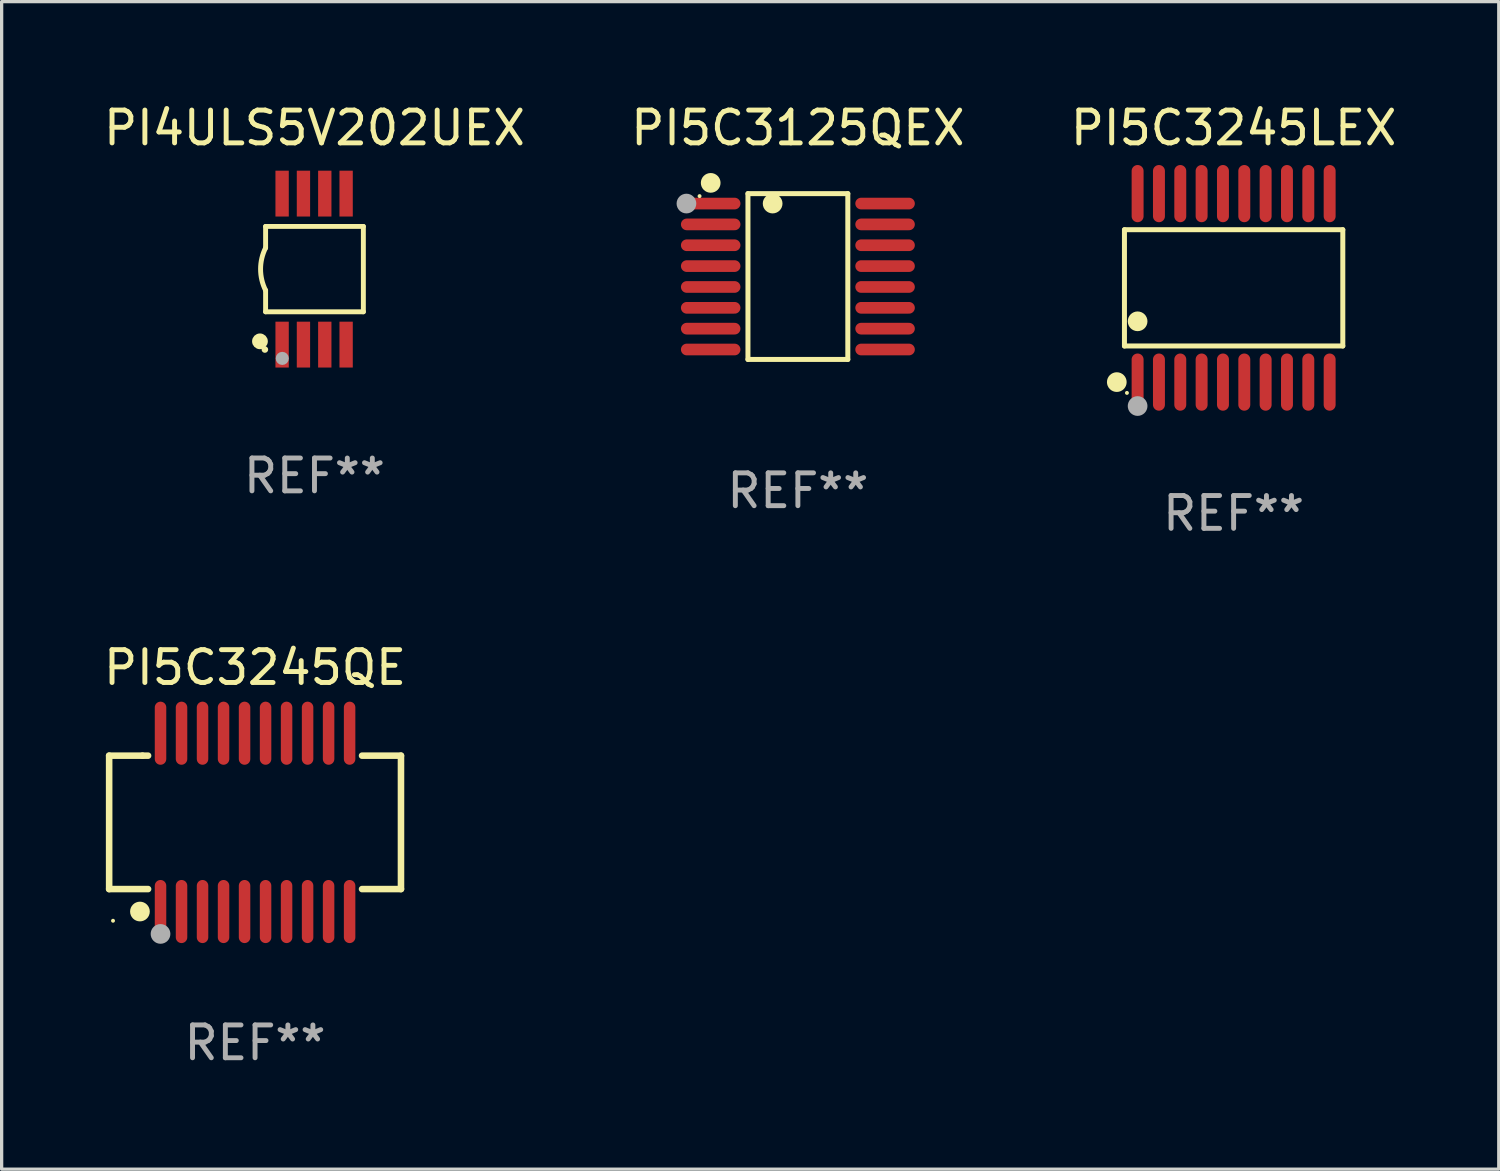
<source format=kicad_pcb>
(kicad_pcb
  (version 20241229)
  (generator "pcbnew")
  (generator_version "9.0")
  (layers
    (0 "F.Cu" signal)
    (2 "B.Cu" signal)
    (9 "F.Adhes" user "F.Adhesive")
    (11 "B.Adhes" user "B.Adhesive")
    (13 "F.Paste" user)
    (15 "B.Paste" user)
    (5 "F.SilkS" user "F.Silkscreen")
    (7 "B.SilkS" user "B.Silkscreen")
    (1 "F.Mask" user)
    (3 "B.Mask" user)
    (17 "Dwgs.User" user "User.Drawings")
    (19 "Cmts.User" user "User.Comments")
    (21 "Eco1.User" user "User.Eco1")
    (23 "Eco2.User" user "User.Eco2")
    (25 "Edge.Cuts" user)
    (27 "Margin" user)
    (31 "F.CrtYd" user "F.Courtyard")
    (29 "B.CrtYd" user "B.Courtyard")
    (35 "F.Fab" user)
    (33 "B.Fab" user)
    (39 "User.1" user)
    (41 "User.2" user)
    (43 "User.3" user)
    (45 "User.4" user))
  (footprint "PI5C3125QEX"
    (layer "F.Cu")
    (at 21.256 5.374)
    (property "Reference" "PI5C3125QEX" (at 0 -4.526 0) (layer "F.SilkS") (effects (font (size 1 1) (thickness 0.15))))
    (attr through_hole)
    (fp_line (start -1.521 -2.526) (end 1.521 -2.526) (stroke (width 0.152) (type solid)) (layer "F.SilkS"))
    (fp_line (start -1.521 2.526) (end -1.521 -2.526) (stroke (width 0.152) (type solid)) (layer "F.SilkS"))
    (fp_line (start 1.521 -2.526) (end 1.521 2.526) (stroke (width 0.152) (type solid)) (layer "F.SilkS"))
    (fp_line (start 1.521 2.526) (end -1.521 2.526) (stroke (width 0.152) (type solid)) (layer "F.SilkS"))
    (fp_circle (center -2.995 -2.45) (end -2.965 -2.45) (stroke (width 0.06) (type solid)) (fill no) (layer "F.SilkS"))
    (fp_circle (center -2.656 -2.853) (end -2.506 -2.853) (stroke (width 0.3) (type solid)) (fill no) (layer "F.SilkS"))
    (fp_circle (center -0.769 -2.223) (end -0.619 -2.223) (stroke (width 0.3) (type solid)) (fill no) (layer "F.SilkS"))
    (fp_circle (center -3.395 -2.223) (end -3.245 -2.223) (stroke (width 0.3) (type solid)) (fill no) (layer "F.Fab"))
    (fp_text user "REF**" (at 0 6.526 0) (layer "F.Fab") (effects (font (size 1 1) (thickness 0.15))))
    (pad "1" smd oval (at -2.656 -2.223 270) (size 0.356 1.813) (layers "F.Cu" "F.Mask" "F.Paste"))
    (pad "2" smd oval (at -2.656 -1.588 270) (size 0.356 1.813) (layers "F.Cu" "F.Mask" "F.Paste"))
    (pad "3" smd oval (at -2.656 -0.953 270) (size 0.356 1.813) (layers "F.Cu" "F.Mask" "F.Paste"))
    (pad "4" smd oval (at -2.656 -0.318 270) (size 0.356 1.813) (layers "F.Cu" "F.Mask" "F.Paste"))
    (pad "5" smd oval (at -2.656 0.318 270) (size 0.356 1.813) (layers "F.Cu" "F.Mask" "F.Paste"))
    (pad "6" smd oval (at -2.656 0.953 270) (size 0.356 1.813) (layers "F.Cu" "F.Mask" "F.Paste"))
    (pad "7" smd oval (at -2.656 1.588 270) (size 0.356 1.813) (layers "F.Cu" "F.Mask" "F.Paste"))
    (pad "8" smd oval (at -2.656 2.223 270) (size 0.356 1.813) (layers "F.Cu" "F.Mask" "F.Paste"))
    (pad "9" smd oval (at 2.656 2.223 270) (size 0.356 1.813) (layers "F.Cu" "F.Mask" "F.Paste"))
    (pad "10" smd oval (at 2.656 1.588 270) (size 0.356 1.813) (layers "F.Cu" "F.Mask" "F.Paste"))
    (pad "11" smd oval (at 2.656 0.953 270) (size 0.356 1.813) (layers "F.Cu" "F.Mask" "F.Paste"))
    (pad "12" smd oval (at 2.656 0.318 270) (size 0.356 1.813) (layers "F.Cu" "F.Mask" "F.Paste"))
    (pad "13" smd oval (at 2.656 -0.318 270) (size 0.356 1.813) (layers "F.Cu" "F.Mask" "F.Paste"))
    (pad "14" smd oval (at 2.656 -0.953 270) (size 0.356 1.813) (layers "F.Cu" "F.Mask" "F.Paste"))
    (pad "15" smd oval (at 2.656 -1.588 270) (size 0.356 1.813) (layers "F.Cu" "F.Mask" "F.Paste"))
    (pad "16" smd oval (at 2.656 -2.223 270) (size 0.356 1.813) (layers "F.Cu" "F.Mask" "F.Paste")))
  (footprint "PI4ULS5V202UEX"
    (layer "F.Cu")
    (at 6.53 5.148)
    (property "Reference" "PI4ULS5V202UEX" (at 0 -4.3 0) (layer "F.SilkS") (effects (font (size 1 1) (thickness 0.15))))
    (attr through_hole)
    (fp_line (start -1.489 -1.3) (end -1.489 -0.648) (stroke (width 0.15) (type solid)) (layer "F.SilkS"))
    (fp_line (start -1.489 0.648) (end -1.489 1.3) (stroke (width 0.15) (type solid)) (layer "F.SilkS"))
    (fp_line (start -1.489 1.3) (end 1.489 1.3) (stroke (width 0.15) (type solid)) (layer "F.SilkS"))
    (fp_line (start 1.489 -1.3) (end -1.489 -1.3) (stroke (width 0.15) (type solid)) (layer "F.SilkS"))
    (fp_line (start 1.489 1.3) (end 1.489 -1.3) (stroke (width 0.15) (type solid)) (layer "F.SilkS"))
    (fp_arc (start -1.489205 0.647702) (mid -1.642107 0) (end -1.489205 -0.647701) (stroke (width 0.150013) (type solid)) (layer "F.SilkS"))
    (fp_circle (center -1.661 2.2) (end -1.541 2.2) (stroke (width 0.24) (type solid)) (fill no) (layer "F.SilkS"))
    (fp_circle (center -1.511 2.45) (end -1.461 2.45) (stroke (width 0.1) (type solid)) (fill no) (layer "F.SilkS"))
    (fp_circle (center -0.981 2.72) (end -0.881 2.72) (stroke (width 0.2) (type solid)) (fill no) (layer "F.Fab"))
    (fp_text user "REF**" (at 0 6.3 0) (layer "F.Fab") (effects (font (size 1 1) (thickness 0.15))))
    (pad "1" smd rect (at -0.986 2.3) (size 0.406 1.397) (layers "F.Cu" "F.Mask" "F.Paste"))
    (pad "2" smd rect (at -0.336 2.3) (size 0.406 1.397) (layers "F.Cu" "F.Mask" "F.Paste"))
    (pad "3" smd rect (at 0.314 2.3) (size 0.406 1.397) (layers "F.Cu" "F.Mask" "F.Paste"))
    (pad "4" smd rect (at 0.964 2.3) (size 0.406 1.397) (layers "F.Cu" "F.Mask" "F.Paste"))
    (pad "5" smd rect (at 0.964 -2.3) (size 0.406 1.397) (layers "F.Cu" "F.Mask" "F.Paste"))
    (pad "6" smd rect (at 0.314 -2.3) (size 0.406 1.397) (layers "F.Cu" "F.Mask" "F.Paste"))
    (pad "7" smd rect (at -0.336 -2.3) (size 0.406 1.397) (layers "F.Cu" "F.Mask" "F.Paste"))
    (pad "8" smd rect (at -0.986 -2.3) (size 0.406 1.397) (layers "F.Cu" "F.Mask" "F.Paste")))
  (footprint "PI5C3245QE"
    (layer "F.Cu")
    (at 4.72 22.002)
    (property "Reference" "PI5C3245QE" (at 0 -4.716 0) (layer "F.SilkS") (effects (font (size 1 1) (thickness 0.15))))
    (attr through_hole)
    (fp_line (start -4.445 -2.032) (end -4.445 2.032) (stroke (width 0.2) (type solid)) (layer "F.SilkS"))
    (fp_line (start -4.445 2.032) (end -3.259 2.032) (stroke (width 0.2) (type solid)) (layer "F.SilkS"))
    (fp_line (start -3.429 -2.032) (end -4.445 -2.032) (stroke (width 0.2) (type solid)) (layer "F.SilkS"))
    (fp_line (start -3.259 -2.032) (end -3.429 -2.032) (stroke (width 0.2) (type solid)) (layer "F.SilkS"))
    (fp_line (start 3.259 2.032) (end 4.445 2.032) (stroke (width 0.2) (type solid)) (layer "F.SilkS"))
    (fp_line (start 4.445 -2.032) (end 3.259 -2.032) (stroke (width 0.2) (type solid)) (layer "F.SilkS"))
    (fp_line (start 4.445 2.032) (end 4.445 -2.032) (stroke (width 0.2) (type solid)) (layer "F.SilkS"))
    (fp_circle (center -4.327 2.997) (end -4.297 2.997) (stroke (width 0.06) (type solid)) (fill no) (layer "F.SilkS"))
    (fp_circle (center -3.507 2.716) (end -3.357 2.716) (stroke (width 0.3) (type solid)) (fill no) (layer "F.SilkS"))
    (fp_circle (center -2.88 3.398) (end -2.73 3.398) (stroke (width 0.3) (type solid)) (fill no) (layer "F.Fab"))
    (fp_text user "REF**" (at 0 6.716 0) (layer "F.Fab") (effects (font (size 1 1) (thickness 0.15))))
    (pad "1" smd oval (at -2.88 2.716) (size 0.35 1.922) (layers "F.Cu" "F.Mask" "F.Paste"))
    (pad "2" smd oval (at -2.24 2.716) (size 0.35 1.922) (layers "F.Cu" "F.Mask" "F.Paste"))
    (pad "3" smd oval (at -1.6 2.716) (size 0.35 1.922) (layers "F.Cu" "F.Mask" "F.Paste"))
    (pad "4" smd oval (at -0.96 2.716) (size 0.35 1.922) (layers "F.Cu" "F.Mask" "F.Paste"))
    (pad "5" smd oval (at -0.32 2.716) (size 0.35 1.922) (layers "F.Cu" "F.Mask" "F.Paste"))
    (pad "6" smd oval (at 0.32 2.716) (size 0.35 1.922) (layers "F.Cu" "F.Mask" "F.Paste"))
    (pad "7" smd oval (at 0.96 2.716) (size 0.35 1.922) (layers "F.Cu" "F.Mask" "F.Paste"))
    (pad "8" smd oval (at 1.6 2.716) (size 0.35 1.922) (layers "F.Cu" "F.Mask" "F.Paste"))
    (pad "9" smd oval (at 2.24 2.716) (size 0.35 1.922) (layers "F.Cu" "F.Mask" "F.Paste"))
    (pad "10" smd oval (at 2.88 2.716) (size 0.35 1.922) (layers "F.Cu" "F.Mask" "F.Paste"))
    (pad "11" smd oval (at 2.88 -2.716) (size 0.35 1.922) (layers "F.Cu" "F.Mask" "F.Paste"))
    (pad "12" smd oval (at 2.24 -2.716) (size 0.35 1.922) (layers "F.Cu" "F.Mask" "F.Paste"))
    (pad "13" smd oval (at 1.6 -2.716) (size 0.35 1.922) (layers "F.Cu" "F.Mask" "F.Paste"))
    (pad "14" smd oval (at 0.96 -2.716) (size 0.35 1.922) (layers "F.Cu" "F.Mask" "F.Paste"))
    (pad "15" smd oval (at 0.32 -2.716) (size 0.35 1.922) (layers "F.Cu" "F.Mask" "F.Paste"))
    (pad "16" smd oval (at -0.32 -2.716) (size 0.35 1.922) (layers "F.Cu" "F.Mask" "F.Paste"))
    (pad "17" smd oval (at -0.96 -2.716) (size 0.35 1.922) (layers "F.Cu" "F.Mask" "F.Paste"))
    (pad "18" smd oval (at -1.6 -2.716) (size 0.35 1.922) (layers "F.Cu" "F.Mask" "F.Paste"))
    (pad "19" smd oval (at -2.24 -2.716) (size 0.35 1.922) (layers "F.Cu" "F.Mask" "F.Paste"))
    (pad "20" smd oval (at -2.88 -2.716) (size 0.35 1.922) (layers "F.Cu" "F.Mask" "F.Paste")))
  (footprint "PI5C3245LEX"
    (layer "F.Cu")
    (at 34.53 5.719)
    (property "Reference" "PI5C3245LEX" (at 0 -4.871 0) (layer "F.SilkS") (effects (font (size 1 1) (thickness 0.15))))
    (attr through_hole)
    (fp_line (start -3.326 -1.771) (end 3.326 -1.771) (stroke (width 0.152) (type solid)) (layer "F.SilkS"))
    (fp_line (start -3.326 1.771) (end -3.326 -1.771) (stroke (width 0.152) (type solid)) (layer "F.SilkS"))
    (fp_line (start 3.326 -1.771) (end 3.326 1.771) (stroke (width 0.152) (type solid)) (layer "F.SilkS"))
    (fp_line (start 3.326 1.771) (end -3.326 1.771) (stroke (width 0.152) (type solid)) (layer "F.SilkS"))
    (fp_circle (center -3.559 2.871) (end -3.409 2.871) (stroke (width 0.3) (type solid)) (fill no) (layer "F.SilkS"))
    (fp_circle (center -3.25 3.2) (end -3.22 3.2) (stroke (width 0.06) (type solid)) (fill no) (layer "F.SilkS"))
    (fp_circle (center -2.925 1.019) (end -2.775 1.019) (stroke (width 0.3) (type solid)) (fill no) (layer "F.SilkS"))
    (fp_circle (center -2.925 3.6) (end -2.775 3.6) (stroke (width 0.3) (type solid)) (fill no) (layer "F.Fab"))
    (fp_text user "REF**" (at 0 6.871 0) (layer "F.Fab") (effects (font (size 1 1) (thickness 0.15))))
    (pad "1" smd oval (at -2.925 2.871) (size 0.364 1.742) (layers "F.Cu" "F.Mask" "F.Paste"))
    (pad "2" smd oval (at -2.275 2.871) (size 0.364 1.742) (layers "F.Cu" "F.Mask" "F.Paste"))
    (pad "3" smd oval (at -1.625 2.871) (size 0.364 1.742) (layers "F.Cu" "F.Mask" "F.Paste"))
    (pad "4" smd oval (at -0.975 2.871) (size 0.364 1.742) (layers "F.Cu" "F.Mask" "F.Paste"))
    (pad "5" smd oval (at -0.325 2.871) (size 0.364 1.742) (layers "F.Cu" "F.Mask" "F.Paste"))
    (pad "6" smd oval (at 0.325 2.871) (size 0.364 1.742) (layers "F.Cu" "F.Mask" "F.Paste"))
    (pad "7" smd oval (at 0.975 2.871) (size 0.364 1.742) (layers "F.Cu" "F.Mask" "F.Paste"))
    (pad "8" smd oval (at 1.625 2.871) (size 0.364 1.742) (layers "F.Cu" "F.Mask" "F.Paste"))
    (pad "9" smd oval (at 2.275 2.871) (size 0.364 1.742) (layers "F.Cu" "F.Mask" "F.Paste"))
    (pad "10" smd oval (at 2.925 2.871) (size 0.364 1.742) (layers "F.Cu" "F.Mask" "F.Paste"))
    (pad "11" smd oval (at 2.925 -2.871) (size 0.364 1.742) (layers "F.Cu" "F.Mask" "F.Paste"))
    (pad "12" smd oval (at 2.275 -2.871) (size 0.364 1.742) (layers "F.Cu" "F.Mask" "F.Paste"))
    (pad "13" smd oval (at 1.625 -2.871) (size 0.364 1.742) (layers "F.Cu" "F.Mask" "F.Paste"))
    (pad "14" smd oval (at 0.975 -2.871) (size 0.364 1.742) (layers "F.Cu" "F.Mask" "F.Paste"))
    (pad "15" smd oval (at 0.325 -2.871) (size 0.364 1.742) (layers "F.Cu" "F.Mask" "F.Paste"))
    (pad "16" smd oval (at -0.325 -2.871) (size 0.364 1.742) (layers "F.Cu" "F.Mask" "F.Paste"))
    (pad "17" smd oval (at -0.975 -2.871) (size 0.364 1.742) (layers "F.Cu" "F.Mask" "F.Paste"))
    (pad "18" smd oval (at -1.625 -2.871) (size 0.364 1.742) (layers "F.Cu" "F.Mask" "F.Paste"))
    (pad "19" smd oval (at -2.275 -2.871) (size 0.364 1.742) (layers "F.Cu" "F.Mask" "F.Paste"))
    (pad "20" smd oval (at -2.925 -2.871) (size 0.364 1.742) (layers "F.Cu" "F.Mask" "F.Paste")))
  (gr_rect
    (start -3 -3)
    (end 42.607 32.566)
    (stroke (width 0.1) (type default))
    (fill no)
    (layer "Edge.Cuts")))
</source>
